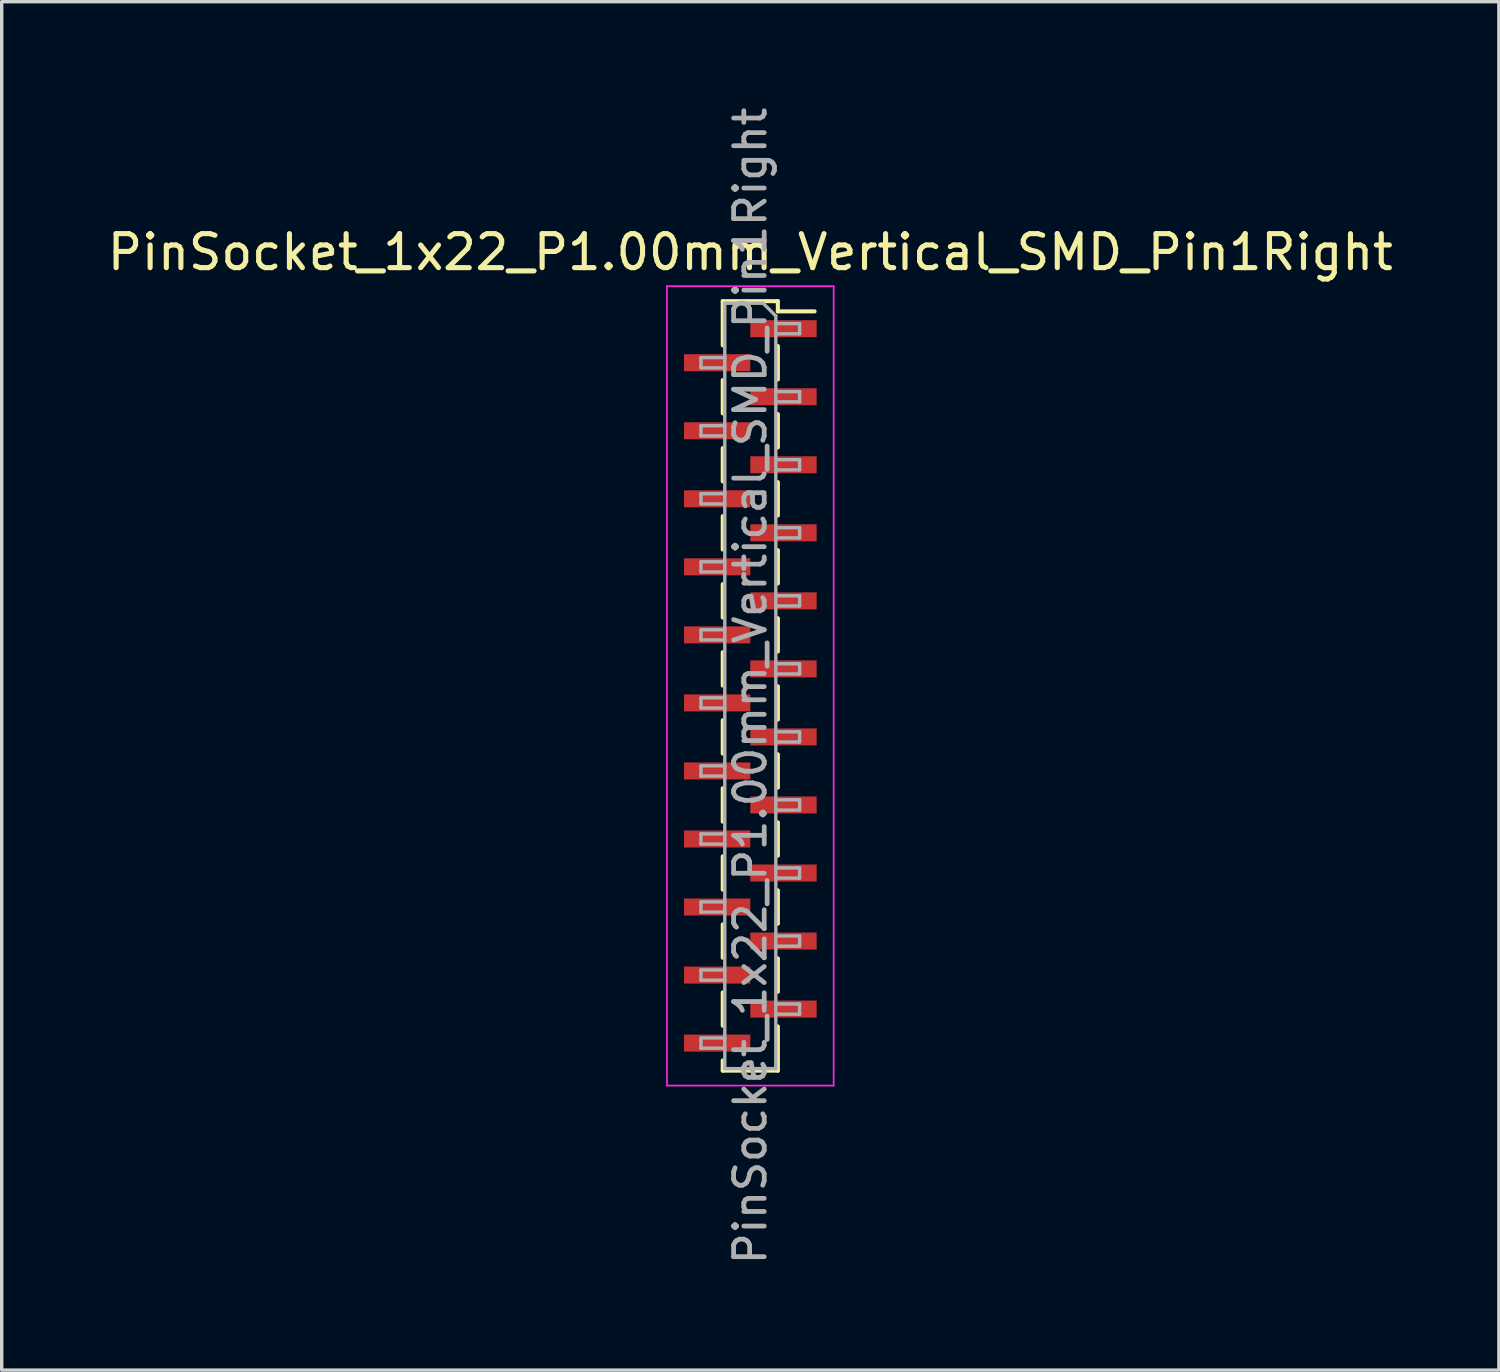
<source format=kicad_pcb>
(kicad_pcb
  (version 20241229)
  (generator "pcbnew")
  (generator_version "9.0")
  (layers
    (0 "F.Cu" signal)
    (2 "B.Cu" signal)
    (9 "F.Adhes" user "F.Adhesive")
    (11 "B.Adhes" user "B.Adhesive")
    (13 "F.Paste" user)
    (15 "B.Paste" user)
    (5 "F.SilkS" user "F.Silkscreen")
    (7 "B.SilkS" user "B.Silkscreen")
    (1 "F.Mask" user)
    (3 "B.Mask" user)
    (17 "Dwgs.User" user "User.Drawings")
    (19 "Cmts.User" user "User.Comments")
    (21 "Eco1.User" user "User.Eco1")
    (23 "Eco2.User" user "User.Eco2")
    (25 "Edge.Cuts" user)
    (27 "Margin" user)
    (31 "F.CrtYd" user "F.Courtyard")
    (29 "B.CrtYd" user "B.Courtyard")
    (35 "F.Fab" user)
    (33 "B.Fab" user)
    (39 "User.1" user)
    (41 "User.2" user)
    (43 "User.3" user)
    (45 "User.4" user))
  (footprint "PinSocket_1x22_P1.00mm_Vertical_SMD_Pin1Right"
    (layer "F.Cu")
    (at 19.006 17.113)
    (property "Reference" "PinSocket_1x22_P1.00mm_Vertical_SMD_Pin1Right" (at 0 -12.75 0) (layer "F.SilkS") (effects (font (size 1 1) (thickness 0.15))))
    (attr smd)
    (fp_line (start -0.81 -11.31) (end -0.81 -10.01) (stroke (width 0.12) (type solid)) (layer "F.SilkS"))
    (fp_line (start -0.81 -11.31) (end 0.81 -11.31) (stroke (width 0.12) (type solid)) (layer "F.SilkS"))
    (fp_line (start -0.81 -8.99) (end -0.81 -8.01) (stroke (width 0.12) (type solid)) (layer "F.SilkS"))
    (fp_line (start -0.81 -6.99) (end -0.81 -6.01) (stroke (width 0.12) (type solid)) (layer "F.SilkS"))
    (fp_line (start -0.81 -4.99) (end -0.81 -4.01) (stroke (width 0.12) (type solid)) (layer "F.SilkS"))
    (fp_line (start -0.81 -2.99) (end -0.81 -2.01) (stroke (width 0.12) (type solid)) (layer "F.SilkS"))
    (fp_line (start -0.81 -0.99) (end -0.81 -0.01) (stroke (width 0.12) (type solid)) (layer "F.SilkS"))
    (fp_line (start -0.81 1.01) (end -0.81 1.99) (stroke (width 0.12) (type solid)) (layer "F.SilkS"))
    (fp_line (start -0.81 3.01) (end -0.81 3.99) (stroke (width 0.12) (type solid)) (layer "F.SilkS"))
    (fp_line (start -0.81 5.01) (end -0.81 5.99) (stroke (width 0.12) (type solid)) (layer "F.SilkS"))
    (fp_line (start -0.81 7.01) (end -0.81 7.99) (stroke (width 0.12) (type solid)) (layer "F.SilkS"))
    (fp_line (start -0.81 9.01) (end -0.81 9.99) (stroke (width 0.12) (type solid)) (layer "F.SilkS"))
    (fp_line (start -0.81 11.01) (end -0.81 11.31) (stroke (width 0.12) (type solid)) (layer "F.SilkS"))
    (fp_line (start -0.81 11.31) (end 0.81 11.31) (stroke (width 0.12) (type solid)) (layer "F.SilkS"))
    (fp_line (start 0.81 -11.31) (end 0.81 -11.01) (stroke (width 0.12) (type solid)) (layer "F.SilkS"))
    (fp_line (start 0.81 -11.01) (end 1.89 -11.01) (stroke (width 0.12) (type solid)) (layer "F.SilkS"))
    (fp_line (start 0.81 -9.99) (end 0.81 -9.01) (stroke (width 0.12) (type solid)) (layer "F.SilkS"))
    (fp_line (start 0.81 -7.99) (end 0.81 -7.01) (stroke (width 0.12) (type solid)) (layer "F.SilkS"))
    (fp_line (start 0.81 -5.99) (end 0.81 -5.01) (stroke (width 0.12) (type solid)) (layer "F.SilkS"))
    (fp_line (start 0.81 -3.99) (end 0.81 -3.01) (stroke (width 0.12) (type solid)) (layer "F.SilkS"))
    (fp_line (start 0.81 -1.99) (end 0.81 -1.01) (stroke (width 0.12) (type solid)) (layer "F.SilkS"))
    (fp_line (start 0.81 0.01) (end 0.81 0.99) (stroke (width 0.12) (type solid)) (layer "F.SilkS"))
    (fp_line (start 0.81 2.01) (end 0.81 2.99) (stroke (width 0.12) (type solid)) (layer "F.SilkS"))
    (fp_line (start 0.81 4.01) (end 0.81 4.99) (stroke (width 0.12) (type solid)) (layer "F.SilkS"))
    (fp_line (start 0.81 6.01) (end 0.81 6.99) (stroke (width 0.12) (type solid)) (layer "F.SilkS"))
    (fp_line (start 0.81 8.01) (end 0.81 8.99) (stroke (width 0.12) (type solid)) (layer "F.SilkS"))
    (fp_line (start 0.81 10.01) (end 0.81 11.31) (stroke (width 0.12) (type solid)) (layer "F.SilkS"))
    (fp_line (start -2.45 -11.75) (end 2.45 -11.75) (stroke (width 0.05) (type solid)) (layer "F.CrtYd"))
    (fp_line (start -2.45 11.75) (end -2.45 -11.75) (stroke (width 0.05) (type solid)) (layer "F.CrtYd"))
    (fp_line (start 2.45 -11.75) (end 2.45 11.75) (stroke (width 0.05) (type solid)) (layer "F.CrtYd"))
    (fp_line (start 2.45 11.75) (end -2.45 11.75) (stroke (width 0.05) (type solid)) (layer "F.CrtYd"))
    (fp_line (start -1.45 -9.65) (end -0.75 -9.65) (stroke (width 0.1) (type solid)) (layer "F.Fab"))
    (fp_line (start -1.45 -9.35) (end -1.45 -9.65) (stroke (width 0.1) (type solid)) (layer "F.Fab"))
    (fp_line (start -1.45 -7.65) (end -0.75 -7.65) (stroke (width 0.1) (type solid)) (layer "F.Fab"))
    (fp_line (start -1.45 -7.35) (end -1.45 -7.65) (stroke (width 0.1) (type solid)) (layer "F.Fab"))
    (fp_line (start -1.45 -5.65) (end -0.75 -5.65) (stroke (width 0.1) (type solid)) (layer "F.Fab"))
    (fp_line (start -1.45 -5.35) (end -1.45 -5.65) (stroke (width 0.1) (type solid)) (layer "F.Fab"))
    (fp_line (start -1.45 -3.65) (end -0.75 -3.65) (stroke (width 0.1) (type solid)) (layer "F.Fab"))
    (fp_line (start -1.45 -3.35) (end -1.45 -3.65) (stroke (width 0.1) (type solid)) (layer "F.Fab"))
    (fp_line (start -1.45 -1.65) (end -0.75 -1.65) (stroke (width 0.1) (type solid)) (layer "F.Fab"))
    (fp_line (start -1.45 -1.35) (end -1.45 -1.65) (stroke (width 0.1) (type solid)) (layer "F.Fab"))
    (fp_line (start -1.45 0.35) (end -0.75 0.35) (stroke (width 0.1) (type solid)) (layer "F.Fab"))
    (fp_line (start -1.45 0.65) (end -1.45 0.35) (stroke (width 0.1) (type solid)) (layer "F.Fab"))
    (fp_line (start -1.45 2.35) (end -0.75 2.35) (stroke (width 0.1) (type solid)) (layer "F.Fab"))
    (fp_line (start -1.45 2.65) (end -1.45 2.35) (stroke (width 0.1) (type solid)) (layer "F.Fab"))
    (fp_line (start -1.45 4.35) (end -0.75 4.35) (stroke (width 0.1) (type solid)) (layer "F.Fab"))
    (fp_line (start -1.45 4.65) (end -1.45 4.35) (stroke (width 0.1) (type solid)) (layer "F.Fab"))
    (fp_line (start -1.45 6.35) (end -0.75 6.35) (stroke (width 0.1) (type solid)) (layer "F.Fab"))
    (fp_line (start -1.45 6.65) (end -1.45 6.35) (stroke (width 0.1) (type solid)) (layer "F.Fab"))
    (fp_line (start -1.45 8.35) (end -0.75 8.35) (stroke (width 0.1) (type solid)) (layer "F.Fab"))
    (fp_line (start -1.45 8.65) (end -1.45 8.35) (stroke (width 0.1) (type solid)) (layer "F.Fab"))
    (fp_line (start -1.45 10.35) (end -0.75 10.35) (stroke (width 0.1) (type solid)) (layer "F.Fab"))
    (fp_line (start -1.45 10.65) (end -1.45 10.35) (stroke (width 0.1) (type solid)) (layer "F.Fab"))
    (fp_line (start -0.75 -11.25) (end 0.375 -11.25) (stroke (width 0.1) (type solid)) (layer "F.Fab"))
    (fp_line (start -0.75 -9.35) (end -1.45 -9.35) (stroke (width 0.1) (type solid)) (layer "F.Fab"))
    (fp_line (start -0.75 -7.35) (end -1.45 -7.35) (stroke (width 0.1) (type solid)) (layer "F.Fab"))
    (fp_line (start -0.75 -5.35) (end -1.45 -5.35) (stroke (width 0.1) (type solid)) (layer "F.Fab"))
    (fp_line (start -0.75 -3.35) (end -1.45 -3.35) (stroke (width 0.1) (type solid)) (layer "F.Fab"))
    (fp_line (start -0.75 -1.35) (end -1.45 -1.35) (stroke (width 0.1) (type solid)) (layer "F.Fab"))
    (fp_line (start -0.75 0.65) (end -1.45 0.65) (stroke (width 0.1) (type solid)) (layer "F.Fab"))
    (fp_line (start -0.75 2.65) (end -1.45 2.65) (stroke (width 0.1) (type solid)) (layer "F.Fab"))
    (fp_line (start -0.75 4.65) (end -1.45 4.65) (stroke (width 0.1) (type solid)) (layer "F.Fab"))
    (fp_line (start -0.75 6.65) (end -1.45 6.65) (stroke (width 0.1) (type solid)) (layer "F.Fab"))
    (fp_line (start -0.75 8.65) (end -1.45 8.65) (stroke (width 0.1) (type solid)) (layer "F.Fab"))
    (fp_line (start -0.75 10.65) (end -1.45 10.65) (stroke (width 0.1) (type solid)) (layer "F.Fab"))
    (fp_line (start -0.75 11.25) (end -0.75 -11.25) (stroke (width 0.1) (type solid)) (layer "F.Fab"))
    (fp_line (start 0.375 -11.25) (end 0.75 -10.875) (stroke (width 0.1) (type solid)) (layer "F.Fab"))
    (fp_line (start 0.75 -10.875) (end 0.75 11.25) (stroke (width 0.1) (type solid)) (layer "F.Fab"))
    (fp_line (start 0.75 -10.65) (end 1.45 -10.65) (stroke (width 0.1) (type solid)) (layer "F.Fab"))
    (fp_line (start 0.75 -8.65) (end 1.45 -8.65) (stroke (width 0.1) (type solid)) (layer "F.Fab"))
    (fp_line (start 0.75 -6.65) (end 1.45 -6.65) (stroke (width 0.1) (type solid)) (layer "F.Fab"))
    (fp_line (start 0.75 -4.65) (end 1.45 -4.65) (stroke (width 0.1) (type solid)) (layer "F.Fab"))
    (fp_line (start 0.75 -2.65) (end 1.45 -2.65) (stroke (width 0.1) (type solid)) (layer "F.Fab"))
    (fp_line (start 0.75 -0.65) (end 1.45 -0.65) (stroke (width 0.1) (type solid)) (layer "F.Fab"))
    (fp_line (start 0.75 1.35) (end 1.45 1.35) (stroke (width 0.1) (type solid)) (layer "F.Fab"))
    (fp_line (start 0.75 3.35) (end 1.45 3.35) (stroke (width 0.1) (type solid)) (layer "F.Fab"))
    (fp_line (start 0.75 5.35) (end 1.45 5.35) (stroke (width 0.1) (type solid)) (layer "F.Fab"))
    (fp_line (start 0.75 7.35) (end 1.45 7.35) (stroke (width 0.1) (type solid)) (layer "F.Fab"))
    (fp_line (start 0.75 9.35) (end 1.45 9.35) (stroke (width 0.1) (type solid)) (layer "F.Fab"))
    (fp_line (start 0.75 11.25) (end -0.75 11.25) (stroke (width 0.1) (type solid)) (layer "F.Fab"))
    (fp_line (start 1.45 -10.65) (end 1.45 -10.35) (stroke (width 0.1) (type solid)) (layer "F.Fab"))
    (fp_line (start 1.45 -10.35) (end 0.75 -10.35) (stroke (width 0.1) (type solid)) (layer "F.Fab"))
    (fp_line (start 1.45 -8.65) (end 1.45 -8.35) (stroke (width 0.1) (type solid)) (layer "F.Fab"))
    (fp_line (start 1.45 -8.35) (end 0.75 -8.35) (stroke (width 0.1) (type solid)) (layer "F.Fab"))
    (fp_line (start 1.45 -6.65) (end 1.45 -6.35) (stroke (width 0.1) (type solid)) (layer "F.Fab"))
    (fp_line (start 1.45 -6.35) (end 0.75 -6.35) (stroke (width 0.1) (type solid)) (layer "F.Fab"))
    (fp_line (start 1.45 -4.65) (end 1.45 -4.35) (stroke (width 0.1) (type solid)) (layer "F.Fab"))
    (fp_line (start 1.45 -4.35) (end 0.75 -4.35) (stroke (width 0.1) (type solid)) (layer "F.Fab"))
    (fp_line (start 1.45 -2.65) (end 1.45 -2.35) (stroke (width 0.1) (type solid)) (layer "F.Fab"))
    (fp_line (start 1.45 -2.35) (end 0.75 -2.35) (stroke (width 0.1) (type solid)) (layer "F.Fab"))
    (fp_line (start 1.45 -0.65) (end 1.45 -0.35) (stroke (width 0.1) (type solid)) (layer "F.Fab"))
    (fp_line (start 1.45 -0.35) (end 0.75 -0.35) (stroke (width 0.1) (type solid)) (layer "F.Fab"))
    (fp_line (start 1.45 1.35) (end 1.45 1.65) (stroke (width 0.1) (type solid)) (layer "F.Fab"))
    (fp_line (start 1.45 1.65) (end 0.75 1.65) (stroke (width 0.1) (type solid)) (layer "F.Fab"))
    (fp_line (start 1.45 3.35) (end 1.45 3.65) (stroke (width 0.1) (type solid)) (layer "F.Fab"))
    (fp_line (start 1.45 3.65) (end 0.75 3.65) (stroke (width 0.1) (type solid)) (layer "F.Fab"))
    (fp_line (start 1.45 5.35) (end 1.45 5.65) (stroke (width 0.1) (type solid)) (layer "F.Fab"))
    (fp_line (start 1.45 5.65) (end 0.75 5.65) (stroke (width 0.1) (type solid)) (layer "F.Fab"))
    (fp_line (start 1.45 7.35) (end 1.45 7.65) (stroke (width 0.1) (type solid)) (layer "F.Fab"))
    (fp_line (start 1.45 7.65) (end 0.75 7.65) (stroke (width 0.1) (type solid)) (layer "F.Fab"))
    (fp_line (start 1.45 9.35) (end 1.45 9.65) (stroke (width 0.1) (type solid)) (layer "F.Fab"))
    (fp_line (start 1.45 9.65) (end 0.75 9.65) (stroke (width 0.1) (type solid)) (layer "F.Fab"))
    (fp_text user "${REFERENCE}" (at 0 0 90) (layer "F.Fab") (effects (font (size 0.9 0.9) (thickness 0.14))))
    (pad "1" smd rect (at 0.975 -10.5) (size 1.95 0.5) (layers "F.Cu" "F.Mask" "F.Paste"))
    (pad "2" smd rect (at -0.975 -9.5) (size 1.95 0.5) (layers "F.Cu" "F.Mask" "F.Paste"))
    (pad "3" smd rect (at 0.975 -8.5) (size 1.95 0.5) (layers "F.Cu" "F.Mask" "F.Paste"))
    (pad "4" smd rect (at -0.975 -7.5) (size 1.95 0.5) (layers "F.Cu" "F.Mask" "F.Paste"))
    (pad "5" smd rect (at 0.975 -6.5) (size 1.95 0.5) (layers "F.Cu" "F.Mask" "F.Paste"))
    (pad "6" smd rect (at -0.975 -5.5) (size 1.95 0.5) (layers "F.Cu" "F.Mask" "F.Paste"))
    (pad "7" smd rect (at 0.975 -4.5) (size 1.95 0.5) (layers "F.Cu" "F.Mask" "F.Paste"))
    (pad "8" smd rect (at -0.975 -3.5) (size 1.95 0.5) (layers "F.Cu" "F.Mask" "F.Paste"))
    (pad "9" smd rect (at 0.975 -2.5) (size 1.95 0.5) (layers "F.Cu" "F.Mask" "F.Paste"))
    (pad "10" smd rect (at -0.975 -1.5) (size 1.95 0.5) (layers "F.Cu" "F.Mask" "F.Paste"))
    (pad "11" smd rect (at 0.975 -0.5) (size 1.95 0.5) (layers "F.Cu" "F.Mask" "F.Paste"))
    (pad "12" smd rect (at -0.975 0.5) (size 1.95 0.5) (layers "F.Cu" "F.Mask" "F.Paste"))
    (pad "13" smd rect (at 0.975 1.5) (size 1.95 0.5) (layers "F.Cu" "F.Mask" "F.Paste"))
    (pad "14" smd rect (at -0.975 2.5) (size 1.95 0.5) (layers "F.Cu" "F.Mask" "F.Paste"))
    (pad "15" smd rect (at 0.975 3.5) (size 1.95 0.5) (layers "F.Cu" "F.Mask" "F.Paste"))
    (pad "16" smd rect (at -0.975 4.5) (size 1.95 0.5) (layers "F.Cu" "F.Mask" "F.Paste"))
    (pad "17" smd rect (at 0.975 5.5) (size 1.95 0.5) (layers "F.Cu" "F.Mask" "F.Paste"))
    (pad "18" smd rect (at -0.975 6.5) (size 1.95 0.5) (layers "F.Cu" "F.Mask" "F.Paste"))
    (pad "19" smd rect (at 0.975 7.5) (size 1.95 0.5) (layers "F.Cu" "F.Mask" "F.Paste"))
    (pad "20" smd rect (at -0.975 8.5) (size 1.95 0.5) (layers "F.Cu" "F.Mask" "F.Paste"))
    (pad "21" smd rect (at 0.975 9.5) (size 1.95 0.5) (layers "F.Cu" "F.Mask" "F.Paste"))
    (pad "22" smd rect (at -0.975 10.5) (size 1.95 0.5) (layers "F.Cu" "F.Mask" "F.Paste")))
  (gr_rect
    (start -3 -3)
    (end 41.012 37.226)
    (stroke (width 0.1) (type default))
    (fill no)
    (layer "Edge.Cuts")))
</source>
